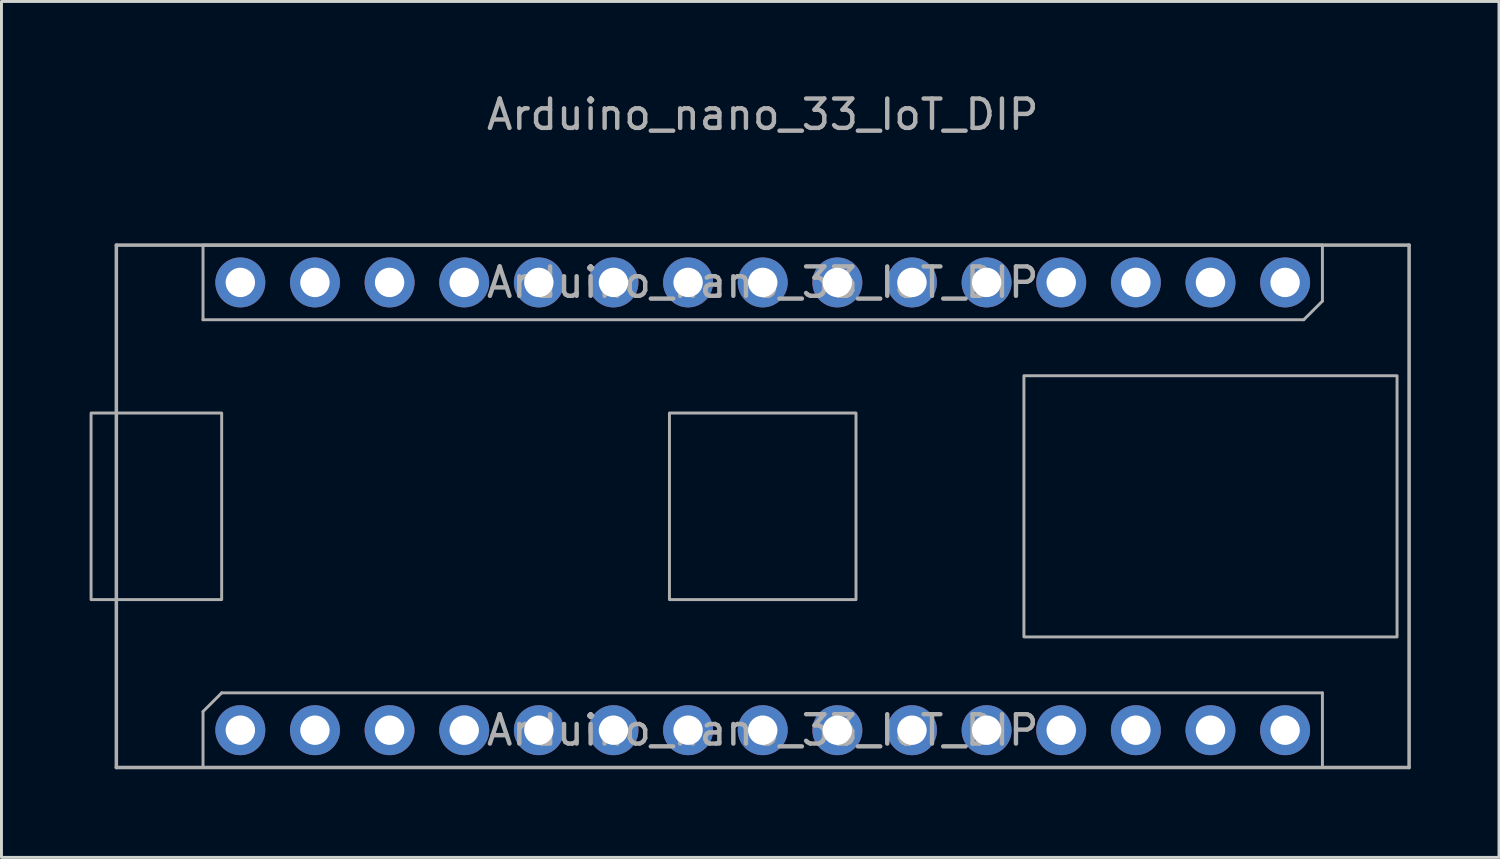
<source format=kicad_pcb>
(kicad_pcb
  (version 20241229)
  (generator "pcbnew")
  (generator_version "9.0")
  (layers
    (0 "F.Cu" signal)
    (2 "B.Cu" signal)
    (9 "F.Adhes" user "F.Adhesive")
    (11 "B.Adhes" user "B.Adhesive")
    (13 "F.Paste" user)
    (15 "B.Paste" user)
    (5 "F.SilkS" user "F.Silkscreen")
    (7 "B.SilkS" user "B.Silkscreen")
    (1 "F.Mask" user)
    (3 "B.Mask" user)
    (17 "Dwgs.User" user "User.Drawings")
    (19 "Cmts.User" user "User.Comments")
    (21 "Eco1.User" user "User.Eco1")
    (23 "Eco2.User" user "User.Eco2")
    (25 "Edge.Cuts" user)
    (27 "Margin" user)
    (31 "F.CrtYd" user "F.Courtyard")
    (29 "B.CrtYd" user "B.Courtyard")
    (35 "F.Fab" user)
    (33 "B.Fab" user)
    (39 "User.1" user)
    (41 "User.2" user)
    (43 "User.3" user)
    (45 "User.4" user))
  (footprint "Arduino_nano_33_IoT_DIP"
    (layer "F.Cu")
    (at 22.91 14.183)
    (property "Reference" "Arduino_nano_33_IoT_DIP" (at 0 -13.335 0) (layer "F.Fab") (effects (font (size 1 1) (thickness 0.15))))
    (attr through_hole)
    (fp_line (start -22 -8.89) (end 22 -8.89) (stroke (width 0.12) (type solid)) (layer "F.Fab"))
    (fp_line (start -22 8.89) (end -22 -8.89) (stroke (width 0.12) (type solid)) (layer "F.Fab"))
    (fp_line (start -22 8.89) (end 22 8.89) (stroke (width 0.12) (type solid)) (layer "F.Fab"))
    (fp_line (start -19.05 -8.89) (end 19.05 -8.89) (stroke (width 0.1) (type solid)) (layer "F.Fab"))
    (fp_line (start -19.05 -6.35) (end -19.05 -8.89) (stroke (width 0.1) (type solid)) (layer "F.Fab"))
    (fp_line (start -19.05 6.985) (end -18.415 6.35) (stroke (width 0.1) (type solid)) (layer "F.Fab"))
    (fp_line (start -19.05 8.89) (end -19.05 6.985) (stroke (width 0.1) (type solid)) (layer "F.Fab"))
    (fp_line (start -18.415 6.35) (end 19.05 6.35) (stroke (width 0.1) (type solid)) (layer "F.Fab"))
    (fp_line (start 18.415 -6.35) (end -19.05 -6.35) (stroke (width 0.1) (type solid)) (layer "F.Fab"))
    (fp_line (start 19.05 -8.89) (end 19.05 -6.985) (stroke (width 0.1) (type solid)) (layer "F.Fab"))
    (fp_line (start 19.05 -6.985) (end 18.415 -6.35) (stroke (width 0.1) (type solid)) (layer "F.Fab"))
    (fp_line (start 19.05 6.35) (end 19.05 8.89) (stroke (width 0.1) (type solid)) (layer "F.Fab"))
    (fp_line (start 19.05 8.89) (end -19.05 8.89) (stroke (width 0.1) (type solid)) (layer "F.Fab"))
    (fp_line (start 22 8.89) (end 22 -8.89) (stroke (width 0.12) (type solid)) (layer "F.Fab"))
    (fp_poly (pts (xy -22.86 3.175) (xy -18.415 3.175) (xy -18.415 -3.175) (xy -22.86 -3.175)) (stroke (width 0.1) (type solid)) (fill no) (layer "F.Fab"))
    (fp_poly (pts (xy -3.175 3.175) (xy 3.175 3.175) (xy 3.175 -3.175) (xy -3.175 -3.175)) (stroke (width 0.1) (type solid)) (fill no) (layer "F.Fab"))
    (fp_poly (pts (xy 8.89 4.445) (xy 21.59 4.445) (xy 21.59 -4.445) (xy 8.89 -4.445)) (stroke (width 0.1) (type solid)) (fill no) (layer "F.Fab"))
    (fp_text user "${REFERENCE}" (at 0 -7.62 0) (layer "F.Fab") (effects (font (size 1 1) (thickness 0.15))))
    (fp_text user "${REFERENCE}" (at 0 7.62 180) (layer "F.Fab") (effects (font (size 1 1) (thickness 0.15))))
    (pad "1" thru_hole circle (at -17.78 7.62 90) (size 1.7 1.7) (drill 1) (layers "*.Cu" "*.Mask"))
    (pad "2" thru_hole oval (at -15.24 7.62 90) (size 1.7 1.7) (drill 1) (layers "*.Cu" "*.Mask"))
    (pad "3" thru_hole oval (at -12.7 7.62 90) (size 1.7 1.7) (drill 1) (layers "*.Cu" "*.Mask"))
    (pad "4" thru_hole oval (at -10.16 7.62 90) (size 1.7 1.7) (drill 1) (layers "*.Cu" "*.Mask"))
    (pad "5" thru_hole oval (at -7.62 7.62 90) (size 1.7 1.7) (drill 1) (layers "*.Cu" "*.Mask"))
    (pad "6" thru_hole oval (at -5.08 7.62 90) (size 1.7 1.7) (drill 1) (layers "*.Cu" "*.Mask"))
    (pad "7" thru_hole oval (at -2.54 7.62 90) (size 1.7 1.7) (drill 1) (layers "*.Cu" "*.Mask"))
    (pad "8" thru_hole oval (at 0 7.62 90) (size 1.7 1.7) (drill 1) (layers "*.Cu" "*.Mask"))
    (pad "9" thru_hole oval (at 2.54 7.62 90) (size 1.7 1.7) (drill 1) (layers "*.Cu" "*.Mask"))
    (pad "10" thru_hole oval (at 5.08 7.62 90) (size 1.7 1.7) (drill 1) (layers "*.Cu" "*.Mask"))
    (pad "11" thru_hole oval (at 7.62 7.62 90) (size 1.7 1.7) (drill 1) (layers "*.Cu" "*.Mask"))
    (pad "12" thru_hole oval (at 10.16 7.62 90) (size 1.7 1.7) (drill 1) (layers "*.Cu" "*.Mask"))
    (pad "13" thru_hole oval (at 12.7 7.62 90) (size 1.7 1.7) (drill 1) (layers "*.Cu" "*.Mask"))
    (pad "14" thru_hole oval (at 15.24 7.62 90) (size 1.7 1.7) (drill 1) (layers "*.Cu" "*.Mask"))
    (pad "15" thru_hole oval (at 17.78 7.62 90) (size 1.7 1.7) (drill 1) (layers "*.Cu" "*.Mask"))
    (pad "16" thru_hole circle (at 17.78 -7.62 270) (size 1.7 1.7) (drill 1) (layers "*.Cu" "*.Mask"))
    (pad "17" thru_hole oval (at 15.24 -7.62 270) (size 1.7 1.7) (drill 1) (layers "*.Cu" "*.Mask"))
    (pad "18" thru_hole oval (at 12.7 -7.62 270) (size 1.7 1.7) (drill 1) (layers "*.Cu" "*.Mask"))
    (pad "19" thru_hole oval (at 10.16 -7.62 270) (size 1.7 1.7) (drill 1) (layers "*.Cu" "*.Mask"))
    (pad "20" thru_hole oval (at 7.62 -7.62 270) (size 1.7 1.7) (drill 1) (layers "*.Cu" "*.Mask"))
    (pad "21" thru_hole oval (at 5.08 -7.62 270) (size 1.7 1.7) (drill 1) (layers "*.Cu" "*.Mask"))
    (pad "22" thru_hole oval (at 2.54 -7.62 270) (size 1.7 1.7) (drill 1) (layers "*.Cu" "*.Mask"))
    (pad "23" thru_hole oval (at 0 -7.62 270) (size 1.7 1.7) (drill 1) (layers "*.Cu" "*.Mask"))
    (pad "24" thru_hole oval (at -2.54 -7.62 270) (size 1.7 1.7) (drill 1) (layers "*.Cu" "*.Mask"))
    (pad "25" thru_hole oval (at -5.08 -7.62 270) (size 1.7 1.7) (drill 1) (layers "*.Cu" "*.Mask"))
    (pad "26" thru_hole oval (at -7.62 -7.62 270) (size 1.7 1.7) (drill 1) (layers "*.Cu" "*.Mask"))
    (pad "27" thru_hole oval (at -10.16 -7.62 270) (size 1.7 1.7) (drill 1) (layers "*.Cu" "*.Mask"))
    (pad "28" thru_hole oval (at -12.7 -7.62 270) (size 1.7 1.7) (drill 1) (layers "*.Cu" "*.Mask"))
    (pad "29" thru_hole oval (at -15.24 -7.62 270) (size 1.7 1.7) (drill 1) (layers "*.Cu" "*.Mask"))
    (pad "30" thru_hole oval (at -17.78 -7.62 270) (size 1.7 1.7) (drill 1) (layers "*.Cu" "*.Mask")))
  (gr_rect
    (start -3 -3)
    (end 47.97 26.133)
    (stroke (width 0.1) (type default))
    (fill no)
    (layer "Edge.Cuts")))
</source>
